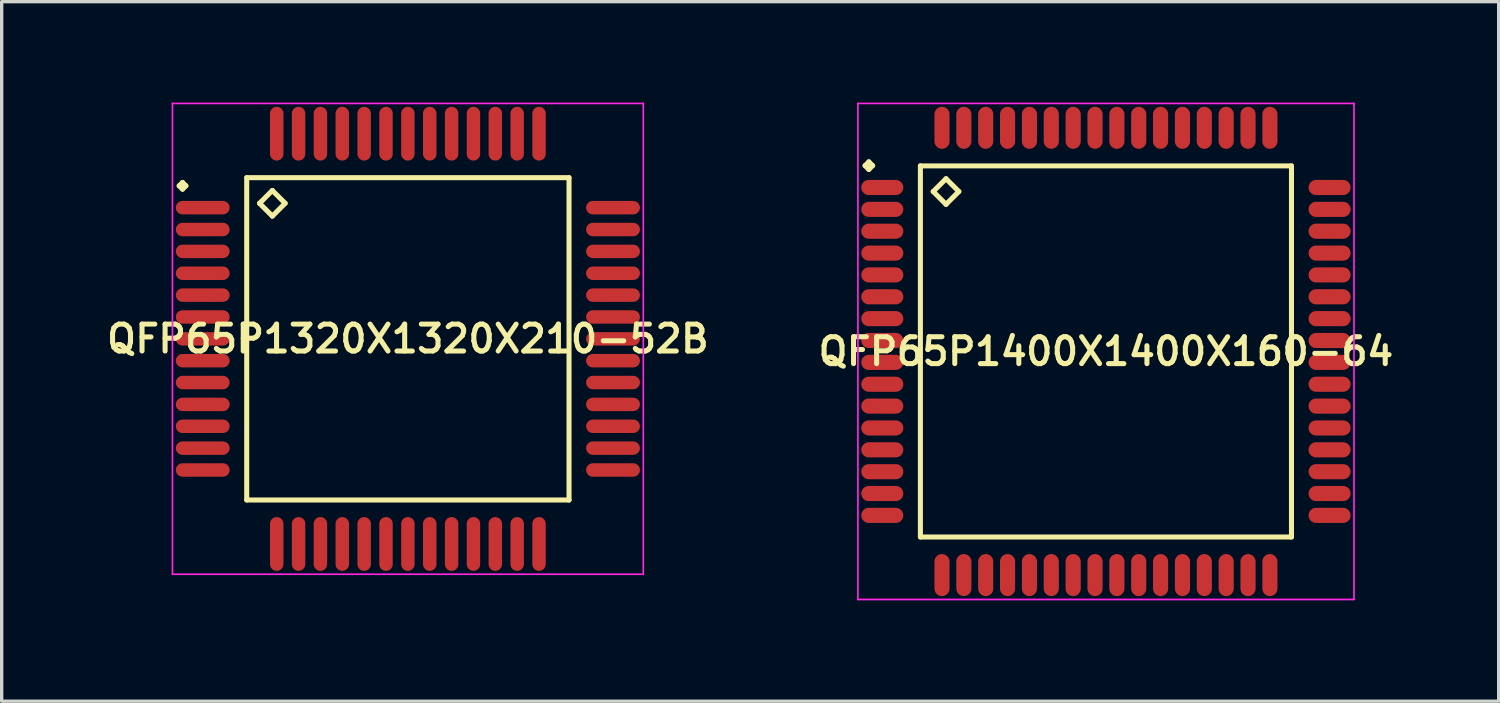
<source format=kicad_pcb>
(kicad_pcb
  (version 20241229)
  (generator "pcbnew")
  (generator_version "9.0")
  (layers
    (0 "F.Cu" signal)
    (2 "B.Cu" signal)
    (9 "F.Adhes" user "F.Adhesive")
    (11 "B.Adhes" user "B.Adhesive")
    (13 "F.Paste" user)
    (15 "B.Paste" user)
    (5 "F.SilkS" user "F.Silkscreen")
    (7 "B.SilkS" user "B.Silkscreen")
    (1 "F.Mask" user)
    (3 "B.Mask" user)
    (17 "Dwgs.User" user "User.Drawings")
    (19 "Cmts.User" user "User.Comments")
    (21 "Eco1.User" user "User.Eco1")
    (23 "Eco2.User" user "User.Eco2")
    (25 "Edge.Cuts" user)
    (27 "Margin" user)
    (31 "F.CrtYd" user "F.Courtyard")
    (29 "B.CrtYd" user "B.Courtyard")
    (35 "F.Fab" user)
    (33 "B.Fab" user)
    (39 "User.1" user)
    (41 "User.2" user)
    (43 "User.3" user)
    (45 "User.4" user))
  (footprint "QFP65P1400X1400X160-64"
    (layer "F.Cu")
    (at 29.835 7.4)
    (property "Reference" "QFP65P1400X1400X160-64" (at 0 0 0) (layer "F.SilkS") (effects (font (size 0.8 0.8) (thickness 0.15))))
    (attr smd)
    (fp_line (start -7.162 -5.525) (end -7.05 -5.638) (stroke (width 0.15) (type solid)) (layer "F.SilkS"))
    (fp_line (start -7.05 -5.638) (end -6.938 -5.525) (stroke (width 0.15) (type solid)) (layer "F.SilkS"))
    (fp_line (start -7.05 -5.412) (end -7.162 -5.525) (stroke (width 0.15) (type solid)) (layer "F.SilkS"))
    (fp_line (start -6.938 -5.525) (end -7.05 -5.412) (stroke (width 0.15) (type solid)) (layer "F.SilkS"))
    (fp_line (start -5.517 -5.517) (end -5.517 5.517) (stroke (width 0.15) (type solid)) (layer "F.SilkS"))
    (fp_line (start -5.517 5.517) (end 5.517 5.517) (stroke (width 0.15) (type solid)) (layer "F.SilkS"))
    (fp_line (start -5.136 -4.755) (end -4.755 -5.136) (stroke (width 0.15) (type solid)) (layer "F.SilkS"))
    (fp_line (start -4.755 -5.136) (end -4.374 -4.755) (stroke (width 0.15) (type solid)) (layer "F.SilkS"))
    (fp_line (start -4.755 -4.374) (end -5.136 -4.755) (stroke (width 0.15) (type solid)) (layer "F.SilkS"))
    (fp_line (start -4.374 -4.755) (end -4.755 -4.374) (stroke (width 0.15) (type solid)) (layer "F.SilkS"))
    (fp_line (start 5.517 -5.517) (end -5.517 -5.517) (stroke (width 0.15) (type solid)) (layer "F.SilkS"))
    (fp_line (start 5.517 5.517) (end 5.517 -5.517) (stroke (width 0.15) (type solid)) (layer "F.SilkS"))
    (fp_line (start -7.375 -7.375) (end 7.375 -7.375) (stroke (width 0.05) (type solid)) (layer "F.CrtYd"))
    (fp_line (start -7.375 7.375) (end -7.375 -7.375) (stroke (width 0.05) (type solid)) (layer "F.CrtYd"))
    (fp_line (start 7.375 -7.375) (end 7.375 7.375) (stroke (width 0.05) (type solid)) (layer "F.CrtYd"))
    (fp_line (start 7.375 7.375) (end -7.375 7.375) (stroke (width 0.05) (type solid)) (layer "F.CrtYd"))
    (pad "1" smd oval (at -6.65 -4.875) (size 1.25 0.45) (layers "F.Cu" "F.Mask" "F.Paste"))
    (pad "2" smd oval (at -6.65 -4.225) (size 1.25 0.45) (layers "F.Cu" "F.Mask" "F.Paste"))
    (pad "3" smd oval (at -6.65 -3.575) (size 1.25 0.45) (layers "F.Cu" "F.Mask" "F.Paste"))
    (pad "4" smd oval (at -6.65 -2.925) (size 1.25 0.45) (layers "F.Cu" "F.Mask" "F.Paste"))
    (pad "5" smd oval (at -6.65 -2.275) (size 1.25 0.45) (layers "F.Cu" "F.Mask" "F.Paste"))
    (pad "6" smd oval (at -6.65 -1.625) (size 1.25 0.45) (layers "F.Cu" "F.Mask" "F.Paste"))
    (pad "7" smd oval (at -6.65 -0.975) (size 1.25 0.45) (layers "F.Cu" "F.Mask" "F.Paste"))
    (pad "8" smd oval (at -6.65 -0.325) (size 1.25 0.45) (layers "F.Cu" "F.Mask" "F.Paste"))
    (pad "9" smd oval (at -6.65 0.325) (size 1.25 0.45) (layers "F.Cu" "F.Mask" "F.Paste"))
    (pad "10" smd oval (at -6.65 0.975) (size 1.25 0.45) (layers "F.Cu" "F.Mask" "F.Paste"))
    (pad "11" smd oval (at -6.65 1.625) (size 1.25 0.45) (layers "F.Cu" "F.Mask" "F.Paste"))
    (pad "12" smd oval (at -6.65 2.275) (size 1.25 0.45) (layers "F.Cu" "F.Mask" "F.Paste"))
    (pad "13" smd oval (at -6.65 2.925) (size 1.25 0.45) (layers "F.Cu" "F.Mask" "F.Paste"))
    (pad "14" smd oval (at -6.65 3.575) (size 1.25 0.45) (layers "F.Cu" "F.Mask" "F.Paste"))
    (pad "15" smd oval (at -6.65 4.225) (size 1.25 0.45) (layers "F.Cu" "F.Mask" "F.Paste"))
    (pad "16" smd oval (at -6.65 4.875) (size 1.25 0.45) (layers "F.Cu" "F.Mask" "F.Paste"))
    (pad "17" smd oval (at -4.875 6.65) (size 0.45 1.25) (layers "F.Cu" "F.Mask" "F.Paste"))
    (pad "18" smd oval (at -4.225 6.65) (size 0.45 1.25) (layers "F.Cu" "F.Mask" "F.Paste"))
    (pad "19" smd oval (at -3.575 6.65) (size 0.45 1.25) (layers "F.Cu" "F.Mask" "F.Paste"))
    (pad "20" smd oval (at -2.925 6.65) (size 0.45 1.25) (layers "F.Cu" "F.Mask" "F.Paste"))
    (pad "21" smd oval (at -2.275 6.65) (size 0.45 1.25) (layers "F.Cu" "F.Mask" "F.Paste"))
    (pad "22" smd oval (at -1.625 6.65) (size 0.45 1.25) (layers "F.Cu" "F.Mask" "F.Paste"))
    (pad "23" smd oval (at -0.975 6.65) (size 0.45 1.25) (layers "F.Cu" "F.Mask" "F.Paste"))
    (pad "24" smd oval (at -0.325 6.65) (size 0.45 1.25) (layers "F.Cu" "F.Mask" "F.Paste"))
    (pad "25" smd oval (at 0.325 6.65) (size 0.45 1.25) (layers "F.Cu" "F.Mask" "F.Paste"))
    (pad "26" smd oval (at 0.975 6.65) (size 0.45 1.25) (layers "F.Cu" "F.Mask" "F.Paste"))
    (pad "27" smd oval (at 1.625 6.65) (size 0.45 1.25) (layers "F.Cu" "F.Mask" "F.Paste"))
    (pad "28" smd oval (at 2.275 6.65) (size 0.45 1.25) (layers "F.Cu" "F.Mask" "F.Paste"))
    (pad "29" smd oval (at 2.925 6.65) (size 0.45 1.25) (layers "F.Cu" "F.Mask" "F.Paste"))
    (pad "30" smd oval (at 3.575 6.65) (size 0.45 1.25) (layers "F.Cu" "F.Mask" "F.Paste"))
    (pad "31" smd oval (at 4.225 6.65) (size 0.45 1.25) (layers "F.Cu" "F.Mask" "F.Paste"))
    (pad "32" smd oval (at 4.875 6.65) (size 0.45 1.25) (layers "F.Cu" "F.Mask" "F.Paste"))
    (pad "33" smd oval (at 6.65 4.875) (size 1.25 0.45) (layers "F.Cu" "F.Mask" "F.Paste"))
    (pad "34" smd oval (at 6.65 4.225) (size 1.25 0.45) (layers "F.Cu" "F.Mask" "F.Paste"))
    (pad "35" smd oval (at 6.65 3.575) (size 1.25 0.45) (layers "F.Cu" "F.Mask" "F.Paste"))
    (pad "36" smd oval (at 6.65 2.925) (size 1.25 0.45) (layers "F.Cu" "F.Mask" "F.Paste"))
    (pad "37" smd oval (at 6.65 2.275) (size 1.25 0.45) (layers "F.Cu" "F.Mask" "F.Paste"))
    (pad "38" smd oval (at 6.65 1.625) (size 1.25 0.45) (layers "F.Cu" "F.Mask" "F.Paste"))
    (pad "39" smd oval (at 6.65 0.975) (size 1.25 0.45) (layers "F.Cu" "F.Mask" "F.Paste"))
    (pad "40" smd oval (at 6.65 0.325) (size 1.25 0.45) (layers "F.Cu" "F.Mask" "F.Paste"))
    (pad "41" smd oval (at 6.65 -0.325) (size 1.25 0.45) (layers "F.Cu" "F.Mask" "F.Paste"))
    (pad "42" smd oval (at 6.65 -0.975) (size 1.25 0.45) (layers "F.Cu" "F.Mask" "F.Paste"))
    (pad "43" smd oval (at 6.65 -1.625) (size 1.25 0.45) (layers "F.Cu" "F.Mask" "F.Paste"))
    (pad "44" smd oval (at 6.65 -2.275) (size 1.25 0.45) (layers "F.Cu" "F.Mask" "F.Paste"))
    (pad "45" smd oval (at 6.65 -2.925) (size 1.25 0.45) (layers "F.Cu" "F.Mask" "F.Paste"))
    (pad "46" smd oval (at 6.65 -3.575) (size 1.25 0.45) (layers "F.Cu" "F.Mask" "F.Paste"))
    (pad "47" smd oval (at 6.65 -4.225) (size 1.25 0.45) (layers "F.Cu" "F.Mask" "F.Paste"))
    (pad "48" smd oval (at 6.65 -4.875) (size 1.25 0.45) (layers "F.Cu" "F.Mask" "F.Paste"))
    (pad "49" smd oval (at 4.875 -6.65) (size 0.45 1.25) (layers "F.Cu" "F.Mask" "F.Paste"))
    (pad "50" smd oval (at 4.225 -6.65) (size 0.45 1.25) (layers "F.Cu" "F.Mask" "F.Paste"))
    (pad "51" smd oval (at 3.575 -6.65) (size 0.45 1.25) (layers "F.Cu" "F.Mask" "F.Paste"))
    (pad "52" smd oval (at 2.925 -6.65) (size 0.45 1.25) (layers "F.Cu" "F.Mask" "F.Paste"))
    (pad "53" smd oval (at 2.275 -6.65) (size 0.45 1.25) (layers "F.Cu" "F.Mask" "F.Paste"))
    (pad "54" smd oval (at 1.625 -6.65) (size 0.45 1.25) (layers "F.Cu" "F.Mask" "F.Paste"))
    (pad "55" smd oval (at 0.975 -6.65) (size 0.45 1.25) (layers "F.Cu" "F.Mask" "F.Paste"))
    (pad "56" smd oval (at 0.325 -6.65) (size 0.45 1.25) (layers "F.Cu" "F.Mask" "F.Paste"))
    (pad "57" smd oval (at -0.325 -6.65) (size 0.45 1.25) (layers "F.Cu" "F.Mask" "F.Paste"))
    (pad "58" smd oval (at -0.975 -6.65) (size 0.45 1.25) (layers "F.Cu" "F.Mask" "F.Paste"))
    (pad "59" smd oval (at -1.625 -6.65) (size 0.45 1.25) (layers "F.Cu" "F.Mask" "F.Paste"))
    (pad "60" smd oval (at -2.275 -6.65) (size 0.45 1.25) (layers "F.Cu" "F.Mask" "F.Paste"))
    (pad "61" smd oval (at -2.925 -6.65) (size 0.45 1.25) (layers "F.Cu" "F.Mask" "F.Paste"))
    (pad "62" smd oval (at -3.575 -6.65) (size 0.45 1.25) (layers "F.Cu" "F.Mask" "F.Paste"))
    (pad "63" smd oval (at -4.225 -6.65) (size 0.45 1.25) (layers "F.Cu" "F.Mask" "F.Paste"))
    (pad "64" smd oval (at -4.875 -6.65) (size 0.45 1.25) (layers "F.Cu" "F.Mask" "F.Paste")))
  (footprint "QFP65P1320X1320X210-52B"
    (layer "F.Cu")
    (at 9.078 7.025)
    (property "Reference" "QFP65P1320X1320X210-52B" (at 0 0 0) (layer "F.SilkS") (effects (font (size 0.8 0.8) (thickness 0.15))))
    (attr smd)
    (fp_line (start -6.8 -4.55) (end -6.7 -4.65) (stroke (width 0.15) (type solid)) (layer "F.SilkS"))
    (fp_line (start -6.7 -4.65) (end -6.6 -4.55) (stroke (width 0.15) (type solid)) (layer "F.SilkS"))
    (fp_line (start -6.7 -4.45) (end -6.8 -4.55) (stroke (width 0.15) (type solid)) (layer "F.SilkS"))
    (fp_line (start -6.6 -4.55) (end -6.7 -4.45) (stroke (width 0.15) (type solid)) (layer "F.SilkS"))
    (fp_line (start -4.792 -4.792) (end -4.792 4.792) (stroke (width 0.15) (type solid)) (layer "F.SilkS"))
    (fp_line (start -4.792 4.792) (end 4.792 4.792) (stroke (width 0.15) (type solid)) (layer "F.SilkS"))
    (fp_line (start -4.411 -4.03) (end -4.03 -4.411) (stroke (width 0.15) (type solid)) (layer "F.SilkS"))
    (fp_line (start -4.03 -4.411) (end -3.649 -4.03) (stroke (width 0.15) (type solid)) (layer "F.SilkS"))
    (fp_line (start -4.03 -3.649) (end -4.411 -4.03) (stroke (width 0.15) (type solid)) (layer "F.SilkS"))
    (fp_line (start -3.649 -4.03) (end -4.03 -3.649) (stroke (width 0.15) (type solid)) (layer "F.SilkS"))
    (fp_line (start 4.792 -4.792) (end -4.792 -4.792) (stroke (width 0.15) (type solid)) (layer "F.SilkS"))
    (fp_line (start 4.792 4.792) (end 4.792 -4.792) (stroke (width 0.15) (type solid)) (layer "F.SilkS"))
    (fp_line (start -7 -7) (end 7 -7) (stroke (width 0.05) (type solid)) (layer "F.CrtYd"))
    (fp_line (start -7 7) (end -7 -7) (stroke (width 0.05) (type solid)) (layer "F.CrtYd"))
    (fp_line (start 7 -7) (end 7 7) (stroke (width 0.05) (type solid)) (layer "F.CrtYd"))
    (fp_line (start 7 7) (end -7 7) (stroke (width 0.05) (type solid)) (layer "F.CrtYd"))
    (pad "1" smd oval (at -6.1 -3.9) (size 1.6 0.4) (layers "F.Cu" "F.Mask" "F.Paste"))
    (pad "2" smd oval (at -6.1 -3.25) (size 1.6 0.4) (layers "F.Cu" "F.Mask" "F.Paste"))
    (pad "3" smd oval (at -6.1 -2.6) (size 1.6 0.4) (layers "F.Cu" "F.Mask" "F.Paste"))
    (pad "4" smd oval (at -6.1 -1.95) (size 1.6 0.4) (layers "F.Cu" "F.Mask" "F.Paste"))
    (pad "5" smd oval (at -6.1 -1.3) (size 1.6 0.4) (layers "F.Cu" "F.Mask" "F.Paste"))
    (pad "6" smd oval (at -6.1 -0.65) (size 1.6 0.4) (layers "F.Cu" "F.Mask" "F.Paste"))
    (pad "7" smd oval (at -6.1 0) (size 1.6 0.4) (layers "F.Cu" "F.Mask" "F.Paste"))
    (pad "8" smd oval (at -6.1 0.65) (size 1.6 0.4) (layers "F.Cu" "F.Mask" "F.Paste"))
    (pad "9" smd oval (at -6.1 1.3) (size 1.6 0.4) (layers "F.Cu" "F.Mask" "F.Paste"))
    (pad "10" smd oval (at -6.1 1.95) (size 1.6 0.4) (layers "F.Cu" "F.Mask" "F.Paste"))
    (pad "11" smd oval (at -6.1 2.6) (size 1.6 0.4) (layers "F.Cu" "F.Mask" "F.Paste"))
    (pad "12" smd oval (at -6.1 3.25) (size 1.6 0.4) (layers "F.Cu" "F.Mask" "F.Paste"))
    (pad "13" smd oval (at -6.1 3.9) (size 1.6 0.4) (layers "F.Cu" "F.Mask" "F.Paste"))
    (pad "14" smd oval (at -3.9 6.1) (size 0.4 1.6) (layers "F.Cu" "F.Mask" "F.Paste"))
    (pad "15" smd oval (at -3.25 6.1) (size 0.4 1.6) (layers "F.Cu" "F.Mask" "F.Paste"))
    (pad "16" smd oval (at -2.6 6.1) (size 0.4 1.6) (layers "F.Cu" "F.Mask" "F.Paste"))
    (pad "17" smd oval (at -1.95 6.1) (size 0.4 1.6) (layers "F.Cu" "F.Mask" "F.Paste"))
    (pad "18" smd oval (at -1.3 6.1) (size 0.4 1.6) (layers "F.Cu" "F.Mask" "F.Paste"))
    (pad "19" smd oval (at -0.65 6.1) (size 0.4 1.6) (layers "F.Cu" "F.Mask" "F.Paste"))
    (pad "20" smd oval (at 0 6.1) (size 0.4 1.6) (layers "F.Cu" "F.Mask" "F.Paste"))
    (pad "21" smd oval (at 0.65 6.1) (size 0.4 1.6) (layers "F.Cu" "F.Mask" "F.Paste"))
    (pad "22" smd oval (at 1.3 6.1) (size 0.4 1.6) (layers "F.Cu" "F.Mask" "F.Paste"))
    (pad "23" smd oval (at 1.95 6.1) (size 0.4 1.6) (layers "F.Cu" "F.Mask" "F.Paste"))
    (pad "24" smd oval (at 2.6 6.1) (size 0.4 1.6) (layers "F.Cu" "F.Mask" "F.Paste"))
    (pad "25" smd oval (at 3.25 6.1) (size 0.4 1.6) (layers "F.Cu" "F.Mask" "F.Paste"))
    (pad "26" smd oval (at 3.9 6.1) (size 0.4 1.6) (layers "F.Cu" "F.Mask" "F.Paste"))
    (pad "27" smd oval (at 6.1 3.9) (size 1.6 0.4) (layers "F.Cu" "F.Mask" "F.Paste"))
    (pad "28" smd oval (at 6.1 3.25) (size 1.6 0.4) (layers "F.Cu" "F.Mask" "F.Paste"))
    (pad "29" smd oval (at 6.1 2.6) (size 1.6 0.4) (layers "F.Cu" "F.Mask" "F.Paste"))
    (pad "30" smd oval (at 6.1 1.95) (size 1.6 0.4) (layers "F.Cu" "F.Mask" "F.Paste"))
    (pad "31" smd oval (at 6.1 1.3) (size 1.6 0.4) (layers "F.Cu" "F.Mask" "F.Paste"))
    (pad "32" smd oval (at 6.1 0.65) (size 1.6 0.4) (layers "F.Cu" "F.Mask" "F.Paste"))
    (pad "33" smd oval (at 6.1 0) (size 1.6 0.4) (layers "F.Cu" "F.Mask" "F.Paste"))
    (pad "34" smd oval (at 6.1 -0.65) (size 1.6 0.4) (layers "F.Cu" "F.Mask" "F.Paste"))
    (pad "35" smd oval (at 6.1 -1.3) (size 1.6 0.4) (layers "F.Cu" "F.Mask" "F.Paste"))
    (pad "36" smd oval (at 6.1 -1.95) (size 1.6 0.4) (layers "F.Cu" "F.Mask" "F.Paste"))
    (pad "37" smd oval (at 6.1 -2.6) (size 1.6 0.4) (layers "F.Cu" "F.Mask" "F.Paste"))
    (pad "38" smd oval (at 6.1 -3.25) (size 1.6 0.4) (layers "F.Cu" "F.Mask" "F.Paste"))
    (pad "39" smd oval (at 6.1 -3.9) (size 1.6 0.4) (layers "F.Cu" "F.Mask" "F.Paste"))
    (pad "40" smd oval (at 3.9 -6.1) (size 0.4 1.6) (layers "F.Cu" "F.Mask" "F.Paste"))
    (pad "41" smd oval (at 3.25 -6.1) (size 0.4 1.6) (layers "F.Cu" "F.Mask" "F.Paste"))
    (pad "42" smd oval (at 2.6 -6.1) (size 0.4 1.6) (layers "F.Cu" "F.Mask" "F.Paste"))
    (pad "43" smd oval (at 1.95 -6.1) (size 0.4 1.6) (layers "F.Cu" "F.Mask" "F.Paste"))
    (pad "44" smd oval (at 1.3 -6.1) (size 0.4 1.6) (layers "F.Cu" "F.Mask" "F.Paste"))
    (pad "45" smd oval (at 0.65 -6.1) (size 0.4 1.6) (layers "F.Cu" "F.Mask" "F.Paste"))
    (pad "46" smd oval (at 0 -6.1) (size 0.4 1.6) (layers "F.Cu" "F.Mask" "F.Paste"))
    (pad "47" smd oval (at -0.65 -6.1) (size 0.4 1.6) (layers "F.Cu" "F.Mask" "F.Paste"))
    (pad "48" smd oval (at -1.3 -6.1) (size 0.4 1.6) (layers "F.Cu" "F.Mask" "F.Paste"))
    (pad "49" smd oval (at -1.95 -6.1) (size 0.4 1.6) (layers "F.Cu" "F.Mask" "F.Paste"))
    (pad "50" smd oval (at -2.6 -6.1) (size 0.4 1.6) (layers "F.Cu" "F.Mask" "F.Paste"))
    (pad "51" smd oval (at -3.25 -6.1) (size 0.4 1.6) (layers "F.Cu" "F.Mask" "F.Paste"))
    (pad "52" smd oval (at -3.9 -6.1) (size 0.4 1.6) (layers "F.Cu" "F.Mask" "F.Paste")))
  (gr_rect
    (start -3 -3)
    (end 41.513 17.8)
    (stroke (width 0.1) (type default))
    (fill no)
    (layer "Edge.Cuts")))
</source>
